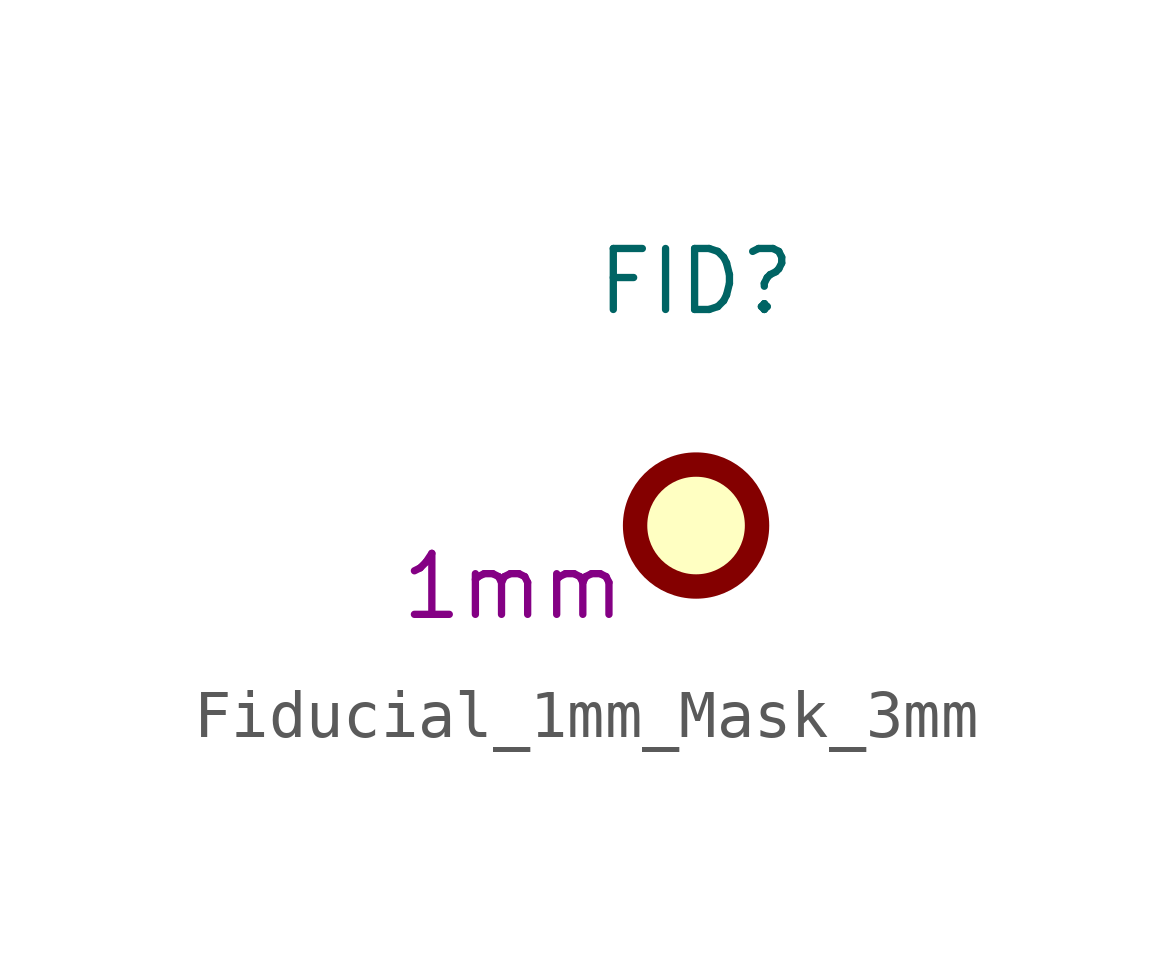
<source format=kicad_sym>
(kicad_symbol_lib
  (version 20211014)
  (generator kicad_symbol_editor)
  (symbol "Fiducial_1mm_Mask_3mm"
    (property "Reference" "FID"
      (at 0 5.08 0)
      (effects (font (size 1.27 1.27))))
    (property "PartValue" "1mm"
      (at -3.81 -1.27 0)
      (effects (font (size 1.27 1.27))))
    (symbol "Fiducial_1mm_Mask_3mm_0_1"
      (circle (center 0 0) (radius 1.27) (stroke (width 0.508) (type default) (color 0 0 0 0)) (fill (type background))))))
</source>
